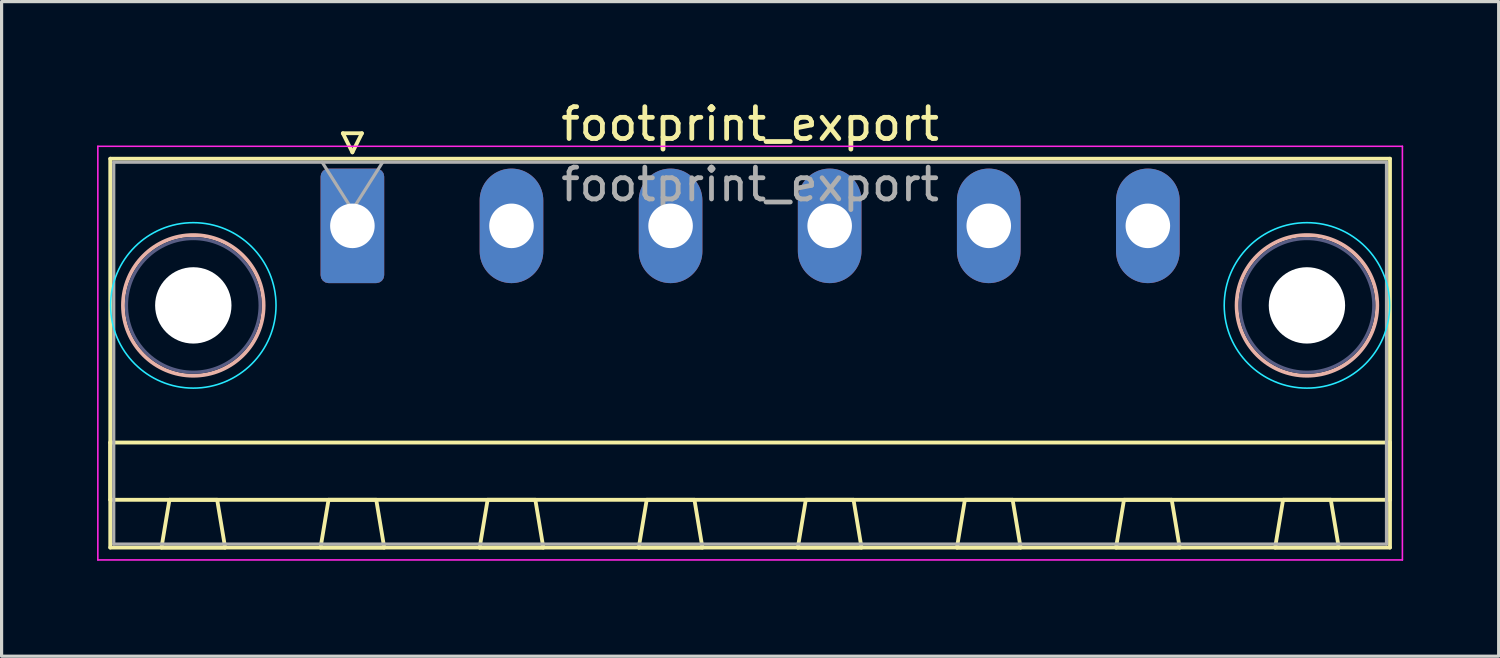
<source format=kicad_pcb>
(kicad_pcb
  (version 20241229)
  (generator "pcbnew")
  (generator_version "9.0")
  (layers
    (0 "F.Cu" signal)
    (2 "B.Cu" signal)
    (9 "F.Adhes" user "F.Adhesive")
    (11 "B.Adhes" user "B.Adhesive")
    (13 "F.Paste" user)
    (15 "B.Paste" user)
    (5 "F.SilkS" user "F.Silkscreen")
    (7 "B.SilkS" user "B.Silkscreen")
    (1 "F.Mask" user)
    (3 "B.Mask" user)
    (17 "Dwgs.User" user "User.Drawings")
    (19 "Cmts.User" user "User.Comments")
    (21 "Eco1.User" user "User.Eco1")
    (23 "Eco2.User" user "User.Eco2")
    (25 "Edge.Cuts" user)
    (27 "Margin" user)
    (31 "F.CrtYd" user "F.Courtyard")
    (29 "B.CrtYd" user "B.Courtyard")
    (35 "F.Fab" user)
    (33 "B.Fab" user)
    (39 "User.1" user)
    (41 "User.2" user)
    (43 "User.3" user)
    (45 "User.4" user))
  (footprint "footprint_export"
    (layer "F.Cu")
    (at 8.025 4.048)
    (property "Reference" "footprint_export" (at 12.5 -3.2 0) (layer "F.SilkS") (effects (font (size 1 1) (thickness 0.15))))
    (attr through_hole)
    (fp_line (start -7.61 -2.11) (end -7.61 10.11) (stroke (width 0.12) (type solid)) (layer "F.SilkS"))
    (fp_line (start -7.61 6.81) (end 32.61 6.81) (stroke (width 0.12) (type solid)) (layer "F.SilkS"))
    (fp_line (start -7.61 8.61) (end -7.61 6.81) (stroke (width 0.12) (type solid)) (layer "F.SilkS"))
    (fp_line (start -7.61 10.11) (end 32.61 10.11) (stroke (width 0.12) (type solid)) (layer "F.SilkS"))
    (fp_line (start -6 10.11) (end -4 10.11) (stroke (width 0.12) (type solid)) (layer "F.SilkS"))
    (fp_line (start -5.75 8.61) (end -6 10.11) (stroke (width 0.12) (type solid)) (layer "F.SilkS"))
    (fp_line (start -4.25 8.61) (end -5.75 8.61) (stroke (width 0.12) (type solid)) (layer "F.SilkS"))
    (fp_line (start -4 10.11) (end -4.25 8.61) (stroke (width 0.12) (type solid)) (layer "F.SilkS"))
    (fp_line (start -1 10.11) (end 1 10.11) (stroke (width 0.12) (type solid)) (layer "F.SilkS"))
    (fp_line (start -0.75 8.61) (end -1 10.11) (stroke (width 0.12) (type solid)) (layer "F.SilkS"))
    (fp_line (start -0.3 -2.91) (end 0.3 -2.91) (stroke (width 0.12) (type solid)) (layer "F.SilkS"))
    (fp_line (start 0 -2.31) (end -0.3 -2.91) (stroke (width 0.12) (type solid)) (layer "F.SilkS"))
    (fp_line (start 0.3 -2.91) (end 0 -2.31) (stroke (width 0.12) (type solid)) (layer "F.SilkS"))
    (fp_line (start 0.75 8.61) (end -0.75 8.61) (stroke (width 0.12) (type solid)) (layer "F.SilkS"))
    (fp_line (start 1 10.11) (end 0.75 8.61) (stroke (width 0.12) (type solid)) (layer "F.SilkS"))
    (fp_line (start 4 10.11) (end 6 10.11) (stroke (width 0.12) (type solid)) (layer "F.SilkS"))
    (fp_line (start 4.25 8.61) (end 4 10.11) (stroke (width 0.12) (type solid)) (layer "F.SilkS"))
    (fp_line (start 5.75 8.61) (end 4.25 8.61) (stroke (width 0.12) (type solid)) (layer "F.SilkS"))
    (fp_line (start 6 10.11) (end 5.75 8.61) (stroke (width 0.12) (type solid)) (layer "F.SilkS"))
    (fp_line (start 9 10.11) (end 11 10.11) (stroke (width 0.12) (type solid)) (layer "F.SilkS"))
    (fp_line (start 9.25 8.61) (end 9 10.11) (stroke (width 0.12) (type solid)) (layer "F.SilkS"))
    (fp_line (start 10.75 8.61) (end 9.25 8.61) (stroke (width 0.12) (type solid)) (layer "F.SilkS"))
    (fp_line (start 11 10.11) (end 10.75 8.61) (stroke (width 0.12) (type solid)) (layer "F.SilkS"))
    (fp_line (start 14 10.11) (end 16 10.11) (stroke (width 0.12) (type solid)) (layer "F.SilkS"))
    (fp_line (start 14.25 8.61) (end 14 10.11) (stroke (width 0.12) (type solid)) (layer "F.SilkS"))
    (fp_line (start 15.75 8.61) (end 14.25 8.61) (stroke (width 0.12) (type solid)) (layer "F.SilkS"))
    (fp_line (start 16 10.11) (end 15.75 8.61) (stroke (width 0.12) (type solid)) (layer "F.SilkS"))
    (fp_line (start 19 10.11) (end 21 10.11) (stroke (width 0.12) (type solid)) (layer "F.SilkS"))
    (fp_line (start 19.25 8.61) (end 19 10.11) (stroke (width 0.12) (type solid)) (layer "F.SilkS"))
    (fp_line (start 20.75 8.61) (end 19.25 8.61) (stroke (width 0.12) (type solid)) (layer "F.SilkS"))
    (fp_line (start 21 10.11) (end 20.75 8.61) (stroke (width 0.12) (type solid)) (layer "F.SilkS"))
    (fp_line (start 24 10.11) (end 26 10.11) (stroke (width 0.12) (type solid)) (layer "F.SilkS"))
    (fp_line (start 24.25 8.61) (end 24 10.11) (stroke (width 0.12) (type solid)) (layer "F.SilkS"))
    (fp_line (start 25.75 8.61) (end 24.25 8.61) (stroke (width 0.12) (type solid)) (layer "F.SilkS"))
    (fp_line (start 26 10.11) (end 25.75 8.61) (stroke (width 0.12) (type solid)) (layer "F.SilkS"))
    (fp_line (start 29 10.11) (end 31 10.11) (stroke (width 0.12) (type solid)) (layer "F.SilkS"))
    (fp_line (start 29.25 8.61) (end 29 10.11) (stroke (width 0.12) (type solid)) (layer "F.SilkS"))
    (fp_line (start 30.75 8.61) (end 29.25 8.61) (stroke (width 0.12) (type solid)) (layer "F.SilkS"))
    (fp_line (start 31 10.11) (end 30.75 8.61) (stroke (width 0.12) (type solid)) (layer "F.SilkS"))
    (fp_line (start 32.61 -2.11) (end -7.61 -2.11) (stroke (width 0.12) (type solid)) (layer "F.SilkS"))
    (fp_line (start 32.61 6.81) (end 32.61 8.61) (stroke (width 0.12) (type solid)) (layer "F.SilkS"))
    (fp_line (start 32.61 8.61) (end -7.61 8.61) (stroke (width 0.12) (type solid)) (layer "F.SilkS"))
    (fp_line (start 32.61 10.11) (end 32.61 -2.11) (stroke (width 0.12) (type solid)) (layer "F.SilkS"))
    (fp_circle (center -5 2.5) (end -2.79 2.5) (stroke (width 0.12) (type solid)) (fill no) (layer "B.SilkS"))
    (fp_circle (center 30 2.5) (end 32.21 2.5) (stroke (width 0.12) (type solid)) (fill no) (layer "B.SilkS"))
    (fp_circle (center -5 2.5) (end -2.4 2.5) (stroke (width 0.05) (type solid)) (fill no) (layer "B.CrtYd"))
    (fp_circle (center 30 2.5) (end 32.6 2.5) (stroke (width 0.05) (type solid)) (fill no) (layer "B.CrtYd"))
    (fp_line (start -8 -2.5) (end -8 10.5) (stroke (width 0.05) (type solid)) (layer "F.CrtYd"))
    (fp_line (start -8 10.5) (end 33 10.5) (stroke (width 0.05) (type solid)) (layer "F.CrtYd"))
    (fp_line (start 33 -2.5) (end -8 -2.5) (stroke (width 0.05) (type solid)) (layer "F.CrtYd"))
    (fp_line (start 33 10.5) (end 33 -2.5) (stroke (width 0.05) (type solid)) (layer "F.CrtYd"))
    (fp_circle (center -5 2.5) (end -2.9 2.5) (stroke (width 0.1) (type solid)) (fill no) (layer "B.Fab"))
    (fp_circle (center 30 2.5) (end 32.1 2.5) (stroke (width 0.1) (type solid)) (fill no) (layer "B.Fab"))
    (fp_line (start -7.5 -2) (end -7.5 10) (stroke (width 0.1) (type solid)) (layer "F.Fab"))
    (fp_line (start -7.5 10) (end 32.5 10) (stroke (width 0.1) (type solid)) (layer "F.Fab"))
    (fp_line (start 0 -0.5) (end -0.95 -2) (stroke (width 0.1) (type solid)) (layer "F.Fab"))
    (fp_line (start 0.95 -2) (end 0 -0.5) (stroke (width 0.1) (type solid)) (layer "F.Fab"))
    (fp_line (start 32.5 -2) (end -7.5 -2) (stroke (width 0.1) (type solid)) (layer "F.Fab"))
    (fp_line (start 32.5 10) (end 32.5 -2) (stroke (width 0.1) (type solid)) (layer "F.Fab"))
    (fp_text user "${REFERENCE}" (at 12.5 -1.3 0) (layer "F.Fab") (effects (font (size 1 1) (thickness 0.15))))
    (pad "" np_thru_hole circle (at -5 2.5) (size 2.4 2.4) (drill 2.4) (layers "*.Cu" "*.Mask"))
    (pad "" np_thru_hole circle (at 30 2.5) (size 2.4 2.4) (drill 2.4) (layers "*.Cu" "*.Mask"))
    (pad "1" thru_hole roundrect (at 0 0) (size 2 3.6) (drill 1.4) (layers "*.Cu" "*.Mask") (roundrect_rratio 0.125))
    (pad "2" thru_hole oval (at 5 0) (size 2 3.6) (drill 1.4) (layers "*.Cu" "*.Mask"))
    (pad "3" thru_hole oval (at 10 0) (size 2 3.6) (drill 1.4) (layers "*.Cu" "*.Mask"))
    (pad "4" thru_hole oval (at 15 0) (size 2 3.6) (drill 1.4) (layers "*.Cu" "*.Mask"))
    (pad "5" thru_hole oval (at 20 0) (size 2 3.6) (drill 1.4) (layers "*.Cu" "*.Mask"))
    (pad "6" thru_hole oval (at 25 0) (size 2 3.6) (drill 1.4) (layers "*.Cu" "*.Mask")))
  (gr_rect
    (start -3 -3)
    (end 44.05 17.573)
    (stroke (width 0.1) (type default))
    (fill no)
    (layer "Edge.Cuts")))
</source>
